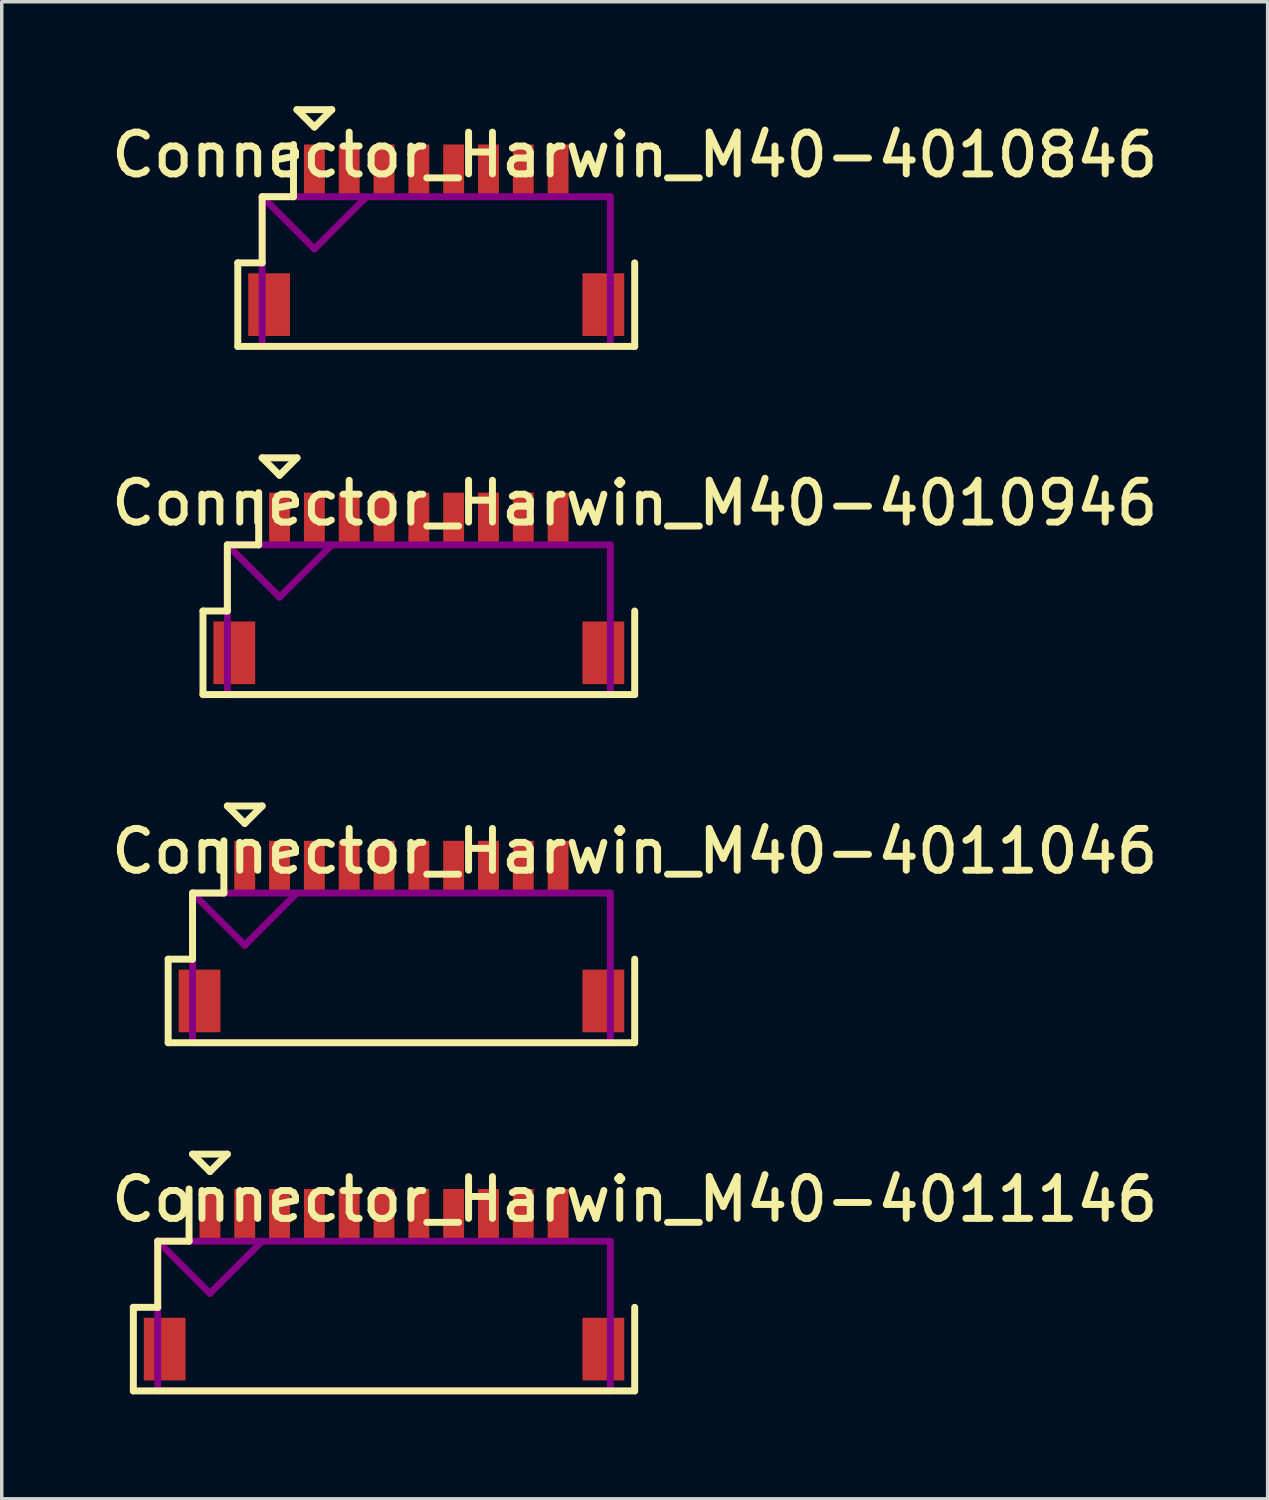
<source format=kicad_pcb>
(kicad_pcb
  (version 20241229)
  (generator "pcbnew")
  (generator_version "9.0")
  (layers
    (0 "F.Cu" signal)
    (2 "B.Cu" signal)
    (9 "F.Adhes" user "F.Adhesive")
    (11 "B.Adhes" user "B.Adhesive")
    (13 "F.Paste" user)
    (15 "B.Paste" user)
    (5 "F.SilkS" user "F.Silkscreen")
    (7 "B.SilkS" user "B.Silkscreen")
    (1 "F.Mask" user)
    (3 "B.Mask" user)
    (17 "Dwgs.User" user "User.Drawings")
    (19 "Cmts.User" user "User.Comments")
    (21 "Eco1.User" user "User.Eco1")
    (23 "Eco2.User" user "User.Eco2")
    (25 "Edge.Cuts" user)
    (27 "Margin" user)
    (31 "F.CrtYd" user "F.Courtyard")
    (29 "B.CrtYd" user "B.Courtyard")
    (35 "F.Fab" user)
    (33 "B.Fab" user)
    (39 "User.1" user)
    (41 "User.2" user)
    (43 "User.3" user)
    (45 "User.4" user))
  (footprint "Connector_Harwin_M40-4010846"
    (layer "F.Cu")
    (at 9.48 5.7)
    (property "Reference" "Connector_Harwin_M40-4010846" (at 5.7 -4.3 0) (layer "F.SilkS") (effects (font (size 1.2 1.2) (thickness 0.2))))
    (attr through_hole)
    (fp_line (start -5.7 -1.2) (end -5.7 1.2) (stroke (width 0.2) (type solid)) (layer "F.SilkS"))
    (fp_line (start -5.7 1.2) (end 5.7 1.2) (stroke (width 0.2) (type solid)) (layer "F.SilkS"))
    (fp_line (start -5 -3.1) (end -5 -1.2) (stroke (width 0.2) (type solid)) (layer "F.SilkS"))
    (fp_line (start -5 -1.2) (end -5.7 -1.2) (stroke (width 0.2) (type solid)) (layer "F.SilkS"))
    (fp_line (start -4.1 -4.6) (end -4.1 -3.1) (stroke (width 0.2) (type solid)) (layer "F.SilkS"))
    (fp_line (start -4.1 -3.1) (end -5 -3.1) (stroke (width 0.2) (type solid)) (layer "F.SilkS"))
    (fp_line (start -4 -5.6) (end -3 -5.6) (stroke (width 0.2) (type solid)) (layer "F.SilkS"))
    (fp_line (start -3.5 -5.1) (end -4 -5.6) (stroke (width 0.2) (type solid)) (layer "F.SilkS"))
    (fp_line (start -3 -5.6) (end -3.5 -5.1) (stroke (width 0.2) (type solid)) (layer "F.SilkS"))
    (fp_line (start 5.7 1.2) (end 5.7 -1.2) (stroke (width 0.2) (type solid)) (layer "F.SilkS"))
    (fp_line (start -5 -3.1) (end -5 1.2) (stroke (width 0.2) (type solid)) (layer "F.Adhes"))
    (fp_line (start -5 -3.1) (end -3.5 -1.6) (stroke (width 0.2) (type solid)) (layer "F.Adhes"))
    (fp_line (start -5 1.2) (end 5 1.2) (stroke (width 0.2) (type solid)) (layer "F.Adhes"))
    (fp_line (start -3.5 -1.6) (end -2 -3.1) (stroke (width 0.2) (type solid)) (layer "F.Adhes"))
    (fp_line (start 5 -3.1) (end -5 -3.1) (stroke (width 0.2) (type solid)) (layer "F.Adhes"))
    (fp_line (start 5 1.2) (end 5 -3.1) (stroke (width 0.2) (type solid)) (layer "F.Adhes"))
    (pad "" smd rect (at -4.8 0) (size 1.2 1.8) (layers "F.Cu" "F.Mask" "F.Paste"))
    (pad "" smd rect (at 4.8 0) (size 1.2 1.8) (layers "F.Cu" "F.Mask" "F.Paste"))
    (pad "1" smd rect (at -3.5 -3.85) (size 0.6 1.5) (layers "F.Cu" "F.Mask" "F.Paste"))
    (pad "2" smd rect (at -2.5 -3.85) (size 0.6 1.5) (layers "F.Cu" "F.Mask" "F.Paste"))
    (pad "3" smd rect (at -1.5 -3.85) (size 0.6 1.5) (layers "F.Cu" "F.Mask" "F.Paste"))
    (pad "4" smd rect (at -0.5 -3.85) (size 0.6 1.5) (layers "F.Cu" "F.Mask" "F.Paste"))
    (pad "5" smd rect (at 0.5 -3.85) (size 0.6 1.5) (layers "F.Cu" "F.Mask" "F.Paste"))
    (pad "6" smd rect (at 1.5 -3.85) (size 0.6 1.5) (layers "F.Cu" "F.Mask" "F.Paste"))
    (pad "7" smd rect (at 2.5 -3.85) (size 0.6 1.5) (layers "F.Cu" "F.Mask" "F.Paste"))
    (pad "8" smd rect (at 3.5 -3.85) (size 0.6 1.5) (layers "F.Cu" "F.Mask" "F.Paste")))
  (footprint "Connector_Harwin_M40-4011146"
    (layer "F.Cu")
    (at 7.98 35.7)
    (property "Reference" "Connector_Harwin_M40-4011146" (at 7.2 -4.3 0) (layer "F.SilkS") (effects (font (size 1.2 1.2) (thickness 0.2))))
    (attr through_hole)
    (fp_line (start -7.2 -1.2) (end -7.2 1.2) (stroke (width 0.2) (type solid)) (layer "F.SilkS"))
    (fp_line (start -7.2 1.2) (end 7.2 1.2) (stroke (width 0.2) (type solid)) (layer "F.SilkS"))
    (fp_line (start -6.5 -3.1) (end -6.5 -1.2) (stroke (width 0.2) (type solid)) (layer "F.SilkS"))
    (fp_line (start -6.5 -1.2) (end -7.2 -1.2) (stroke (width 0.2) (type solid)) (layer "F.SilkS"))
    (fp_line (start -5.6 -4.6) (end -5.6 -3.1) (stroke (width 0.2) (type solid)) (layer "F.SilkS"))
    (fp_line (start -5.6 -3.1) (end -6.5 -3.1) (stroke (width 0.2) (type solid)) (layer "F.SilkS"))
    (fp_line (start -5.5 -5.6) (end -4.5 -5.6) (stroke (width 0.2) (type solid)) (layer "F.SilkS"))
    (fp_line (start -5 -5.1) (end -5.5 -5.6) (stroke (width 0.2) (type solid)) (layer "F.SilkS"))
    (fp_line (start -4.5 -5.6) (end -5 -5.1) (stroke (width 0.2) (type solid)) (layer "F.SilkS"))
    (fp_line (start 7.2 1.2) (end 7.2 -1.2) (stroke (width 0.2) (type solid)) (layer "F.SilkS"))
    (fp_line (start -6.5 -3.1) (end -6.5 1.2) (stroke (width 0.2) (type solid)) (layer "F.Adhes"))
    (fp_line (start -6.5 -3.1) (end -5 -1.6) (stroke (width 0.2) (type solid)) (layer "F.Adhes"))
    (fp_line (start -6.5 1.2) (end 6.5 1.2) (stroke (width 0.2) (type solid)) (layer "F.Adhes"))
    (fp_line (start -5 -1.6) (end -3.5 -3.1) (stroke (width 0.2) (type solid)) (layer "F.Adhes"))
    (fp_line (start 6.5 -3.1) (end -6.5 -3.1) (stroke (width 0.2) (type solid)) (layer "F.Adhes"))
    (fp_line (start 6.5 1.2) (end 6.5 -3.1) (stroke (width 0.2) (type solid)) (layer "F.Adhes"))
    (pad "" smd rect (at -6.3 0) (size 1.2 1.8) (layers "F.Cu" "F.Mask" "F.Paste"))
    (pad "" smd rect (at 6.3 0) (size 1.2 1.8) (layers "F.Cu" "F.Mask" "F.Paste"))
    (pad "1" smd rect (at -5 -3.85) (size 0.6 1.5) (layers "F.Cu" "F.Mask" "F.Paste"))
    (pad "2" smd rect (at -4 -3.85) (size 0.6 1.5) (layers "F.Cu" "F.Mask" "F.Paste"))
    (pad "3" smd rect (at -3 -3.85) (size 0.6 1.5) (layers "F.Cu" "F.Mask" "F.Paste"))
    (pad "4" smd rect (at -2 -3.85) (size 0.6 1.5) (layers "F.Cu" "F.Mask" "F.Paste"))
    (pad "5" smd rect (at -1 -3.85) (size 0.6 1.5) (layers "F.Cu" "F.Mask" "F.Paste"))
    (pad "6" smd rect (at 0 -3.85) (size 0.6 1.5) (layers "F.Cu" "F.Mask" "F.Paste"))
    (pad "7" smd rect (at 1 -3.85) (size 0.6 1.5) (layers "F.Cu" "F.Mask" "F.Paste"))
    (pad "8" smd rect (at 2 -3.85) (size 0.6 1.5) (layers "F.Cu" "F.Mask" "F.Paste"))
    (pad "9" smd rect (at 3 -3.85) (size 0.6 1.5) (layers "F.Cu" "F.Mask" "F.Paste"))
    (pad "10" smd rect (at 4 -3.85) (size 0.6 1.5) (layers "F.Cu" "F.Mask" "F.Paste"))
    (pad "11" smd rect (at 5 -3.85) (size 0.6 1.5) (layers "F.Cu" "F.Mask" "F.Paste")))
  (footprint "Connector_Harwin_M40-4011046"
    (layer "F.Cu")
    (at 8.48 25.7)
    (property "Reference" "Connector_Harwin_M40-4011046" (at 6.7 -4.3 0) (layer "F.SilkS") (effects (font (size 1.2 1.2) (thickness 0.2))))
    (attr through_hole)
    (fp_line (start -6.7 -1.2) (end -6.7 1.2) (stroke (width 0.2) (type solid)) (layer "F.SilkS"))
    (fp_line (start -6.7 1.2) (end 6.7 1.2) (stroke (width 0.2) (type solid)) (layer "F.SilkS"))
    (fp_line (start -6 -3.1) (end -6 -1.2) (stroke (width 0.2) (type solid)) (layer "F.SilkS"))
    (fp_line (start -6 -1.2) (end -6.7 -1.2) (stroke (width 0.2) (type solid)) (layer "F.SilkS"))
    (fp_line (start -5.1 -4.6) (end -5.1 -3.1) (stroke (width 0.2) (type solid)) (layer "F.SilkS"))
    (fp_line (start -5.1 -3.1) (end -6 -3.1) (stroke (width 0.2) (type solid)) (layer "F.SilkS"))
    (fp_line (start -5 -5.6) (end -4 -5.6) (stroke (width 0.2) (type solid)) (layer "F.SilkS"))
    (fp_line (start -4.5 -5.1) (end -5 -5.6) (stroke (width 0.2) (type solid)) (layer "F.SilkS"))
    (fp_line (start -4 -5.6) (end -4.5 -5.1) (stroke (width 0.2) (type solid)) (layer "F.SilkS"))
    (fp_line (start 6.7 1.2) (end 6.7 -1.2) (stroke (width 0.2) (type solid)) (layer "F.SilkS"))
    (fp_line (start -6 -3.1) (end -6 1.2) (stroke (width 0.2) (type solid)) (layer "F.Adhes"))
    (fp_line (start -6 -3.1) (end -4.5 -1.6) (stroke (width 0.2) (type solid)) (layer "F.Adhes"))
    (fp_line (start -6 1.2) (end 6 1.2) (stroke (width 0.2) (type solid)) (layer "F.Adhes"))
    (fp_line (start -4.5 -1.6) (end -3 -3.1) (stroke (width 0.2) (type solid)) (layer "F.Adhes"))
    (fp_line (start 6 -3.1) (end -6 -3.1) (stroke (width 0.2) (type solid)) (layer "F.Adhes"))
    (fp_line (start 6 1.2) (end 6 -3.1) (stroke (width 0.2) (type solid)) (layer "F.Adhes"))
    (pad "" smd rect (at -5.8 0) (size 1.2 1.8) (layers "F.Cu" "F.Mask" "F.Paste"))
    (pad "" smd rect (at 5.8 0) (size 1.2 1.8) (layers "F.Cu" "F.Mask" "F.Paste"))
    (pad "1" smd rect (at -4.5 -3.85) (size 0.6 1.5) (layers "F.Cu" "F.Mask" "F.Paste"))
    (pad "2" smd rect (at -3.5 -3.85) (size 0.6 1.5) (layers "F.Cu" "F.Mask" "F.Paste"))
    (pad "3" smd rect (at -2.5 -3.85) (size 0.6 1.5) (layers "F.Cu" "F.Mask" "F.Paste"))
    (pad "4" smd rect (at -1.5 -3.85) (size 0.6 1.5) (layers "F.Cu" "F.Mask" "F.Paste"))
    (pad "5" smd rect (at -0.5 -3.85) (size 0.6 1.5) (layers "F.Cu" "F.Mask" "F.Paste"))
    (pad "6" smd rect (at 0.5 -3.85) (size 0.6 1.5) (layers "F.Cu" "F.Mask" "F.Paste"))
    (pad "7" smd rect (at 1.5 -3.85) (size 0.6 1.5) (layers "F.Cu" "F.Mask" "F.Paste"))
    (pad "8" smd rect (at 2.5 -3.85) (size 0.6 1.5) (layers "F.Cu" "F.Mask" "F.Paste"))
    (pad "9" smd rect (at 3.5 -3.85) (size 0.6 1.5) (layers "F.Cu" "F.Mask" "F.Paste"))
    (pad "10" smd rect (at 4.5 -3.85) (size 0.6 1.5) (layers "F.Cu" "F.Mask" "F.Paste")))
  (footprint "Connector_Harwin_M40-4010946"
    (layer "F.Cu")
    (at 8.98 15.7)
    (property "Reference" "Connector_Harwin_M40-4010946" (at 6.2 -4.3 0) (layer "F.SilkS") (effects (font (size 1.2 1.2) (thickness 0.2))))
    (attr through_hole)
    (fp_line (start -6.2 -1.2) (end -6.2 1.2) (stroke (width 0.2) (type solid)) (layer "F.SilkS"))
    (fp_line (start -6.2 1.2) (end 6.2 1.2) (stroke (width 0.2) (type solid)) (layer "F.SilkS"))
    (fp_line (start -5.5 -3.1) (end -5.5 -1.2) (stroke (width 0.2) (type solid)) (layer "F.SilkS"))
    (fp_line (start -5.5 -1.2) (end -6.2 -1.2) (stroke (width 0.2) (type solid)) (layer "F.SilkS"))
    (fp_line (start -4.6 -4.6) (end -4.6 -3.1) (stroke (width 0.2) (type solid)) (layer "F.SilkS"))
    (fp_line (start -4.6 -3.1) (end -5.5 -3.1) (stroke (width 0.2) (type solid)) (layer "F.SilkS"))
    (fp_line (start -4.5 -5.6) (end -3.5 -5.6) (stroke (width 0.2) (type solid)) (layer "F.SilkS"))
    (fp_line (start -4 -5.1) (end -4.5 -5.6) (stroke (width 0.2) (type solid)) (layer "F.SilkS"))
    (fp_line (start -3.5 -5.6) (end -4 -5.1) (stroke (width 0.2) (type solid)) (layer "F.SilkS"))
    (fp_line (start 6.2 1.2) (end 6.2 -1.2) (stroke (width 0.2) (type solid)) (layer "F.SilkS"))
    (fp_line (start -5.5 -3.1) (end -5.5 1.2) (stroke (width 0.2) (type solid)) (layer "F.Adhes"))
    (fp_line (start -5.5 -3.1) (end -4 -1.6) (stroke (width 0.2) (type solid)) (layer "F.Adhes"))
    (fp_line (start -5.5 1.2) (end 5.5 1.2) (stroke (width 0.2) (type solid)) (layer "F.Adhes"))
    (fp_line (start -4 -1.6) (end -2.5 -3.1) (stroke (width 0.2) (type solid)) (layer "F.Adhes"))
    (fp_line (start 5.5 -3.1) (end -5.5 -3.1) (stroke (width 0.2) (type solid)) (layer "F.Adhes"))
    (fp_line (start 5.5 1.2) (end 5.5 -3.1) (stroke (width 0.2) (type solid)) (layer "F.Adhes"))
    (pad "" smd rect (at -5.3 0) (size 1.2 1.8) (layers "F.Cu" "F.Mask" "F.Paste"))
    (pad "" smd rect (at 5.3 0) (size 1.2 1.8) (layers "F.Cu" "F.Mask" "F.Paste"))
    (pad "1" smd rect (at -4 -3.85) (size 0.6 1.5) (layers "F.Cu" "F.Mask" "F.Paste"))
    (pad "2" smd rect (at -3 -3.85) (size 0.6 1.5) (layers "F.Cu" "F.Mask" "F.Paste"))
    (pad "3" smd rect (at -2 -3.85) (size 0.6 1.5) (layers "F.Cu" "F.Mask" "F.Paste"))
    (pad "4" smd rect (at -1 -3.85) (size 0.6 1.5) (layers "F.Cu" "F.Mask" "F.Paste"))
    (pad "5" smd rect (at 0 -3.85) (size 0.6 1.5) (layers "F.Cu" "F.Mask" "F.Paste"))
    (pad "6" smd rect (at 1 -3.85) (size 0.6 1.5) (layers "F.Cu" "F.Mask" "F.Paste"))
    (pad "7" smd rect (at 2 -3.85) (size 0.6 1.5) (layers "F.Cu" "F.Mask" "F.Paste"))
    (pad "8" smd rect (at 3 -3.85) (size 0.6 1.5) (layers "F.Cu" "F.Mask" "F.Paste"))
    (pad "9" smd rect (at 4 -3.85) (size 0.6 1.5) (layers "F.Cu" "F.Mask" "F.Paste")))
  (gr_rect
    (start -3 -3)
    (end 33.36 40)
    (stroke (width 0.1) (type default))
    (fill no)
    (layer "Edge.Cuts")))
</source>
